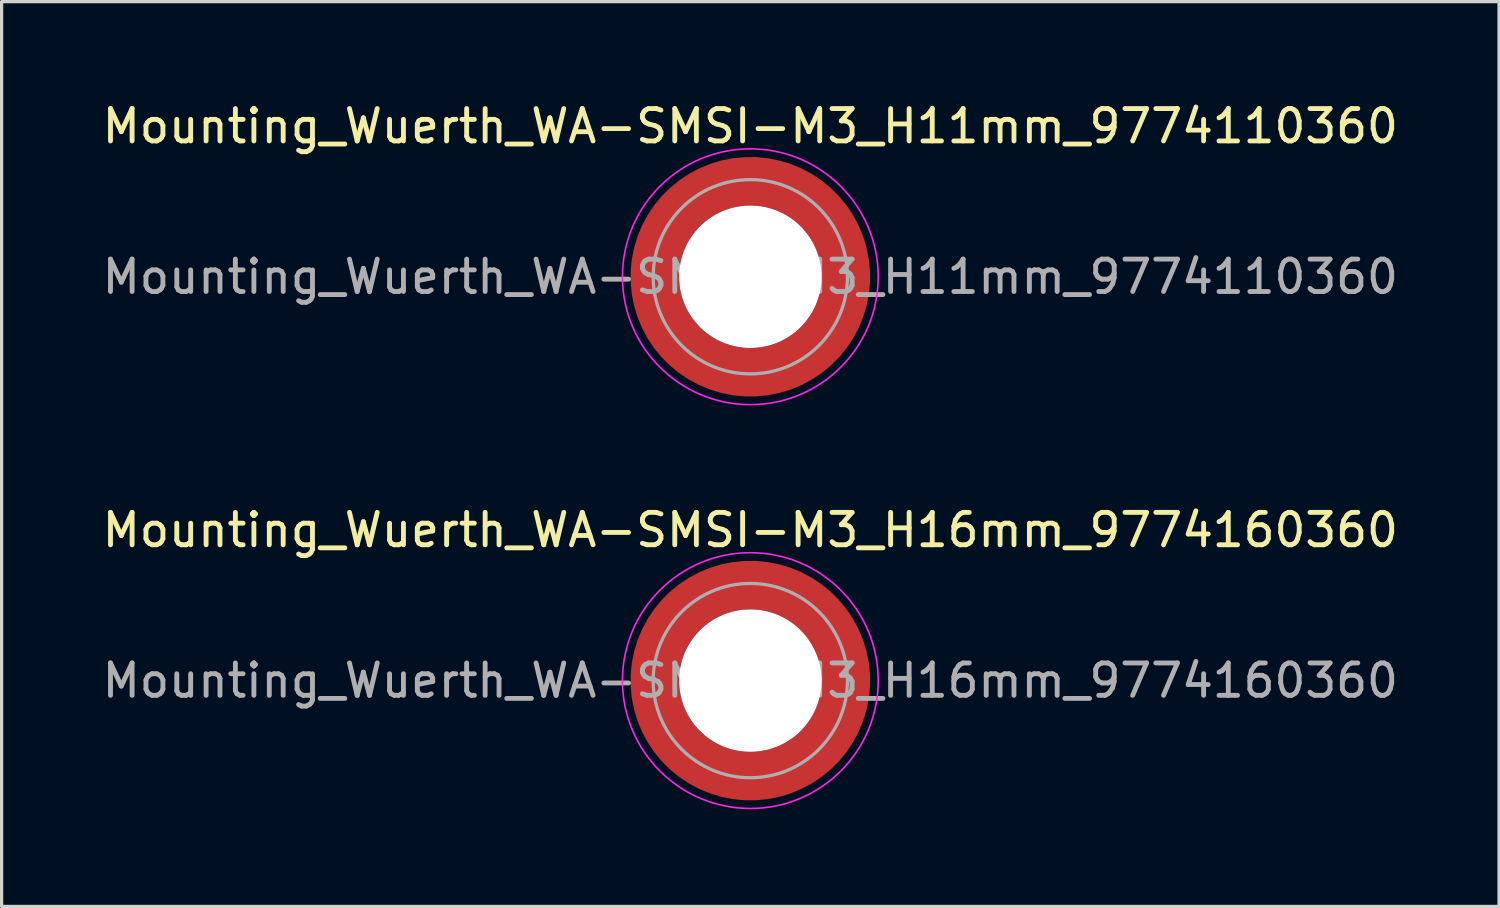
<source format=kicad_pcb>
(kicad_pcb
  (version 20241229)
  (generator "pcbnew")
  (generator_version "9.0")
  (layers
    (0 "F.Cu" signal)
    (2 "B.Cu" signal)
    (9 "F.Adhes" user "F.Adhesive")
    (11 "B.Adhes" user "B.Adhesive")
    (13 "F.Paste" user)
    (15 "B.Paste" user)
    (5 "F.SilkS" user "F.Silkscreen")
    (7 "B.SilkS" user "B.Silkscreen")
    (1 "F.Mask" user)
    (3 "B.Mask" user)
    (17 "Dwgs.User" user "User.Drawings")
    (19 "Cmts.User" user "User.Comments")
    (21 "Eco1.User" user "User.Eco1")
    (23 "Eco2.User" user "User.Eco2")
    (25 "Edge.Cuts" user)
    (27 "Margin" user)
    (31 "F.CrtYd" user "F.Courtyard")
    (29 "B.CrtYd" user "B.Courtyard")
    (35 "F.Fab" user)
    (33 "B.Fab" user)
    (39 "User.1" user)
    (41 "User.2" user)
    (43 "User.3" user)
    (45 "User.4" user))
  (footprint "Mounting_Wuerth_WA-SMSI-M3_H11mm_9774110360"
    (layer "F.Cu")
    (at 20.125 5.498)
    (property "Reference" "Mounting_Wuerth_WA-SMSI-M3_H11mm_9774110360" (at 0 -4.65 0) (layer "F.SilkS") (effects (font (size 1 1) (thickness 0.15))))
    (attr smd allow_soldermask_bridges)
    (fp_circle (center 0 0) (end 3.95 0) (stroke (width 0.05) (type solid)) (fill no) (layer "F.CrtYd"))
    (fp_circle (center 0 0) (end 3 0) (stroke (width 0.1) (type solid)) (fill no) (layer "F.Fab"))
    (fp_text user "${REFERENCE}" (at 0 0 0) (layer "F.Fab") (effects (font (size 1 1) (thickness 0.15))))
    (pad "" smd custom (at -2.058 -2.058) (size 0.55 0.55) (layers "F.Paste") (options (anchor circle)) (primitives (gr_arc (start -0.377294 1.707681) (mid 0.318198 0.318198) (end 1.707681 -0.377294) (width 0.2)) (gr_arc (start -0.478281 1.707681) (mid 0.247487 0.247487) (end 1.707681 -0.478281) (width 0.2)) (gr_arc (start -0.579192 1.707681) (mid 0.176777 0.176777) (end 1.707681 -0.579192) (width 0.2)) (gr_arc (start -0.680037 1.707681) (mid 0.106066 0.106066) (end 1.707681 -0.680037) (width 0.2)) (gr_arc (start -0.780822 1.707681) (mid 0.035355 0.035355) (end 1.707681 -0.780822) (width 0.2)) (gr_arc (start -0.881554 1.707681) (mid -0.035355 -0.035355) (end 1.707681 -0.881554) (width 0.2)) (gr_arc (start -0.982237 1.707681) (mid -0.106066 -0.106066) (end 1.707681 -0.982237) (width 0.2)) (gr_arc (start -1.082877 1.707681) (mid -0.176777 -0.176777) (end 1.707681 -1.082877) (width 0.2)) (gr_arc (start -1.183476 1.707681) (mid -0.247487 -0.247487) (end 1.707681 -1.183476) (width 0.2)) (gr_arc (start -1.28404 1.707681) (mid -0.318198 -0.318198) (end 1.707681 -1.28404) (width 0.2)) (gr_line (start 1.708 -0.377) (end 1.708 -1.284) (width 0.2)) (gr_line (start -0.377 1.708) (end -1.284 1.708) (width 0.2))))
    (pad "" smd custom (at -2.058 2.058) (size 0.55 0.55) (layers "F.Paste") (options (anchor circle)) (primitives (gr_arc (start 1.707681 0.377294) (mid 0.318198 -0.318198) (end -0.377294 -1.707681) (width 0.2)) (gr_arc (start 1.707681 0.478281) (mid 0.247487 -0.247487) (end -0.478281 -1.707681) (width 0.2)) (gr_arc (start 1.707681 0.579192) (mid 0.176777 -0.176777) (end -0.579192 -1.707681) (width 0.2)) (gr_arc (start 1.707681 0.680037) (mid 0.106066 -0.106066) (end -0.680037 -1.707681) (width 0.2)) (gr_arc (start 1.707681 0.780822) (mid 0.035355 -0.035355) (end -0.780822 -1.707681) (width 0.2)) (gr_arc (start 1.707681 0.881554) (mid -0.035355 0.035355) (end -0.881554 -1.707681) (width 0.2)) (gr_arc (start 1.707681 0.982237) (mid -0.106066 0.106066) (end -0.982237 -1.707681) (width 0.2)) (gr_arc (start 1.707681 1.082877) (mid -0.176777 0.176777) (end -1.082877 -1.707681) (width 0.2)) (gr_arc (start 1.707681 1.183476) (mid -0.247487 0.247487) (end -1.183476 -1.707681) (width 0.2)) (gr_arc (start 1.707681 1.28404) (mid -0.318198 0.318198) (end -1.28404 -1.707681) (width 0.2)) (gr_line (start -0.377 -1.708) (end -1.284 -1.708) (width 0.2)) (gr_line (start 1.708 0.377) (end 1.708 1.284) (width 0.2))))
    (pad "" np_thru_hole circle (at 0 0) (size 4.4 4.4) (drill 4.4) (layers "*.Cu" "*.Mask"))
    (pad "" smd custom (at 2.058 -2.058) (size 0.55 0.55) (layers "F.Paste") (options (anchor circle)) (primitives (gr_arc (start -1.707681 -0.377294) (mid -0.318198 0.318198) (end 0.377294 1.707681) (width 0.2)) (gr_arc (start -1.707681 -0.478281) (mid -0.247487 0.247487) (end 0.478281 1.707681) (width 0.2)) (gr_arc (start -1.707681 -0.579192) (mid -0.176777 0.176777) (end 0.579192 1.707681) (width 0.2)) (gr_arc (start -1.707681 -0.680037) (mid -0.106066 0.106066) (end 0.680037 1.707681) (width 0.2)) (gr_arc (start -1.707681 -0.780822) (mid -0.035355 0.035355) (end 0.780822 1.707681) (width 0.2)) (gr_arc (start -1.707681 -0.881554) (mid 0.035355 -0.035355) (end 0.881554 1.707681) (width 0.2)) (gr_arc (start -1.707681 -0.982237) (mid 0.106066 -0.106066) (end 0.982237 1.707681) (width 0.2)) (gr_arc (start -1.707681 -1.082877) (mid 0.176777 -0.176777) (end 1.082877 1.707681) (width 0.2)) (gr_arc (start -1.707681 -1.183476) (mid 0.247487 -0.247487) (end 1.183476 1.707681) (width 0.2)) (gr_arc (start -1.707681 -1.28404) (mid 0.318198 -0.318198) (end 1.28404 1.707681) (width 0.2)) (gr_line (start 0.377 1.708) (end 1.284 1.708) (width 0.2)) (gr_line (start -1.708 -0.377) (end -1.708 -1.284) (width 0.2))))
    (pad "" smd custom (at 2.058 2.058) (size 0.55 0.55) (layers "F.Paste") (options (anchor circle)) (primitives (gr_arc (start 0.377294 -1.707681) (mid -0.318198 -0.318198) (end -1.707681 0.377294) (width 0.2)) (gr_arc (start 0.478281 -1.707681) (mid -0.247487 -0.247487) (end -1.707681 0.478281) (width 0.2)) (gr_arc (start 0.579192 -1.707681) (mid -0.176777 -0.176777) (end -1.707681 0.579192) (width 0.2)) (gr_arc (start 0.680037 -1.707681) (mid -0.106066 -0.106066) (end -1.707681 0.680037) (width 0.2)) (gr_arc (start 0.780822 -1.707681) (mid -0.035355 -0.035355) (end -1.707681 0.780822) (width 0.2)) (gr_arc (start 0.881554 -1.707681) (mid 0.035355 0.035355) (end -1.707681 0.881554) (width 0.2)) (gr_arc (start 0.982237 -1.707681) (mid 0.106066 0.106066) (end -1.707681 0.982237) (width 0.2)) (gr_arc (start 1.082877 -1.707681) (mid 0.176777 0.176777) (end -1.707681 1.082877) (width 0.2)) (gr_arc (start 1.183476 -1.707681) (mid 0.247487 0.247487) (end -1.707681 1.183476) (width 0.2)) (gr_arc (start 1.28404 -1.707681) (mid 0.318198 0.318198) (end -1.707681 1.28404) (width 0.2)) (gr_line (start -1.708 0.377) (end -1.708 1.284) (width 0.2)) (gr_line (start 0.377 -1.708) (end 1.284 -1.708) (width 0.2))))
    (pad "1" smd circle (at -2.95 0) (size 0.992 0.992) (layers "F.Cu"))
    (pad "1" smd circle (at 0 -2.95) (size 0.992 0.992) (layers "F.Cu"))
    (pad "1" smd circle (at 0 2.95) (size 0.992 0.992) (layers "F.Cu"))
    (pad "1" smd custom (at 2.95 0) (size 1.5 1.5) (layers "F.Cu" "F.Mask") (options (anchor circle)) (primitives (gr_circle (center -2.95 0) (end 0 0) (width 1.5) (fill no)))))
  (footprint "Mounting_Wuerth_WA-SMSI-M3_H16mm_9774160360"
    (layer "F.Cu")
    (at 20.125 17.971)
    (property "Reference" "Mounting_Wuerth_WA-SMSI-M3_H16mm_9774160360" (at 0 -4.65 0) (layer "F.SilkS") (effects (font (size 1 1) (thickness 0.15))))
    (attr smd allow_soldermask_bridges)
    (fp_circle (center 0 0) (end 3.95 0) (stroke (width 0.05) (type solid)) (fill no) (layer "F.CrtYd"))
    (fp_circle (center 0 0) (end 3 0) (stroke (width 0.1) (type solid)) (fill no) (layer "F.Fab"))
    (fp_text user "${REFERENCE}" (at 0 0 0) (layer "F.Fab") (effects (font (size 1 1) (thickness 0.15))))
    (pad "" smd custom (at -2.058 -2.058) (size 0.55 0.55) (layers "F.Paste") (options (anchor circle)) (primitives (gr_arc (start -0.377294 1.707681) (mid 0.318198 0.318198) (end 1.707681 -0.377294) (width 0.2)) (gr_arc (start -0.478281 1.707681) (mid 0.247487 0.247487) (end 1.707681 -0.478281) (width 0.2)) (gr_arc (start -0.579192 1.707681) (mid 0.176777 0.176777) (end 1.707681 -0.579192) (width 0.2)) (gr_arc (start -0.680037 1.707681) (mid 0.106066 0.106066) (end 1.707681 -0.680037) (width 0.2)) (gr_arc (start -0.780822 1.707681) (mid 0.035355 0.035355) (end 1.707681 -0.780822) (width 0.2)) (gr_arc (start -0.881554 1.707681) (mid -0.035355 -0.035355) (end 1.707681 -0.881554) (width 0.2)) (gr_arc (start -0.982237 1.707681) (mid -0.106066 -0.106066) (end 1.707681 -0.982237) (width 0.2)) (gr_arc (start -1.082877 1.707681) (mid -0.176777 -0.176777) (end 1.707681 -1.082877) (width 0.2)) (gr_arc (start -1.183476 1.707681) (mid -0.247487 -0.247487) (end 1.707681 -1.183476) (width 0.2)) (gr_arc (start -1.28404 1.707681) (mid -0.318198 -0.318198) (end 1.707681 -1.28404) (width 0.2)) (gr_line (start 1.708 -0.377) (end 1.708 -1.284) (width 0.2)) (gr_line (start -0.377 1.708) (end -1.284 1.708) (width 0.2))))
    (pad "" smd custom (at -2.058 2.058) (size 0.55 0.55) (layers "F.Paste") (options (anchor circle)) (primitives (gr_arc (start 1.707681 0.377294) (mid 0.318198 -0.318198) (end -0.377294 -1.707681) (width 0.2)) (gr_arc (start 1.707681 0.478281) (mid 0.247487 -0.247487) (end -0.478281 -1.707681) (width 0.2)) (gr_arc (start 1.707681 0.579192) (mid 0.176777 -0.176777) (end -0.579192 -1.707681) (width 0.2)) (gr_arc (start 1.707681 0.680037) (mid 0.106066 -0.106066) (end -0.680037 -1.707681) (width 0.2)) (gr_arc (start 1.707681 0.780822) (mid 0.035355 -0.035355) (end -0.780822 -1.707681) (width 0.2)) (gr_arc (start 1.707681 0.881554) (mid -0.035355 0.035355) (end -0.881554 -1.707681) (width 0.2)) (gr_arc (start 1.707681 0.982237) (mid -0.106066 0.106066) (end -0.982237 -1.707681) (width 0.2)) (gr_arc (start 1.707681 1.082877) (mid -0.176777 0.176777) (end -1.082877 -1.707681) (width 0.2)) (gr_arc (start 1.707681 1.183476) (mid -0.247487 0.247487) (end -1.183476 -1.707681) (width 0.2)) (gr_arc (start 1.707681 1.28404) (mid -0.318198 0.318198) (end -1.28404 -1.707681) (width 0.2)) (gr_line (start -0.377 -1.708) (end -1.284 -1.708) (width 0.2)) (gr_line (start 1.708 0.377) (end 1.708 1.284) (width 0.2))))
    (pad "" np_thru_hole circle (at 0 0) (size 4.4 4.4) (drill 4.4) (layers "*.Cu" "*.Mask"))
    (pad "" smd custom (at 2.058 -2.058) (size 0.55 0.55) (layers "F.Paste") (options (anchor circle)) (primitives (gr_arc (start -1.707681 -0.377294) (mid -0.318198 0.318198) (end 0.377294 1.707681) (width 0.2)) (gr_arc (start -1.707681 -0.478281) (mid -0.247487 0.247487) (end 0.478281 1.707681) (width 0.2)) (gr_arc (start -1.707681 -0.579192) (mid -0.176777 0.176777) (end 0.579192 1.707681) (width 0.2)) (gr_arc (start -1.707681 -0.680037) (mid -0.106066 0.106066) (end 0.680037 1.707681) (width 0.2)) (gr_arc (start -1.707681 -0.780822) (mid -0.035355 0.035355) (end 0.780822 1.707681) (width 0.2)) (gr_arc (start -1.707681 -0.881554) (mid 0.035355 -0.035355) (end 0.881554 1.707681) (width 0.2)) (gr_arc (start -1.707681 -0.982237) (mid 0.106066 -0.106066) (end 0.982237 1.707681) (width 0.2)) (gr_arc (start -1.707681 -1.082877) (mid 0.176777 -0.176777) (end 1.082877 1.707681) (width 0.2)) (gr_arc (start -1.707681 -1.183476) (mid 0.247487 -0.247487) (end 1.183476 1.707681) (width 0.2)) (gr_arc (start -1.707681 -1.28404) (mid 0.318198 -0.318198) (end 1.28404 1.707681) (width 0.2)) (gr_line (start 0.377 1.708) (end 1.284 1.708) (width 0.2)) (gr_line (start -1.708 -0.377) (end -1.708 -1.284) (width 0.2))))
    (pad "" smd custom (at 2.058 2.058) (size 0.55 0.55) (layers "F.Paste") (options (anchor circle)) (primitives (gr_arc (start 0.377294 -1.707681) (mid -0.318198 -0.318198) (end -1.707681 0.377294) (width 0.2)) (gr_arc (start 0.478281 -1.707681) (mid -0.247487 -0.247487) (end -1.707681 0.478281) (width 0.2)) (gr_arc (start 0.579192 -1.707681) (mid -0.176777 -0.176777) (end -1.707681 0.579192) (width 0.2)) (gr_arc (start 0.680037 -1.707681) (mid -0.106066 -0.106066) (end -1.707681 0.680037) (width 0.2)) (gr_arc (start 0.780822 -1.707681) (mid -0.035355 -0.035355) (end -1.707681 0.780822) (width 0.2)) (gr_arc (start 0.881554 -1.707681) (mid 0.035355 0.035355) (end -1.707681 0.881554) (width 0.2)) (gr_arc (start 0.982237 -1.707681) (mid 0.106066 0.106066) (end -1.707681 0.982237) (width 0.2)) (gr_arc (start 1.082877 -1.707681) (mid 0.176777 0.176777) (end -1.707681 1.082877) (width 0.2)) (gr_arc (start 1.183476 -1.707681) (mid 0.247487 0.247487) (end -1.707681 1.183476) (width 0.2)) (gr_arc (start 1.28404 -1.707681) (mid 0.318198 0.318198) (end -1.707681 1.28404) (width 0.2)) (gr_line (start -1.708 0.377) (end -1.708 1.284) (width 0.2)) (gr_line (start 0.377 -1.708) (end 1.284 -1.708) (width 0.2))))
    (pad "1" smd circle (at -2.95 0) (size 0.992 0.992) (layers "F.Cu"))
    (pad "1" smd circle (at 0 -2.95) (size 0.992 0.992) (layers "F.Cu"))
    (pad "1" smd circle (at 0 2.95) (size 0.992 0.992) (layers "F.Cu"))
    (pad "1" smd custom (at 2.95 0) (size 1.5 1.5) (layers "F.Cu" "F.Mask") (options (anchor circle)) (primitives (gr_circle (center -2.95 0) (end 0 0) (width 1.5) (fill no)))))
  (gr_rect
    (start -3 -3)
    (end 43.25 24.947)
    (stroke (width 0.1) (type default))
    (fill no)
    (layer "Edge.Cuts")))
</source>
